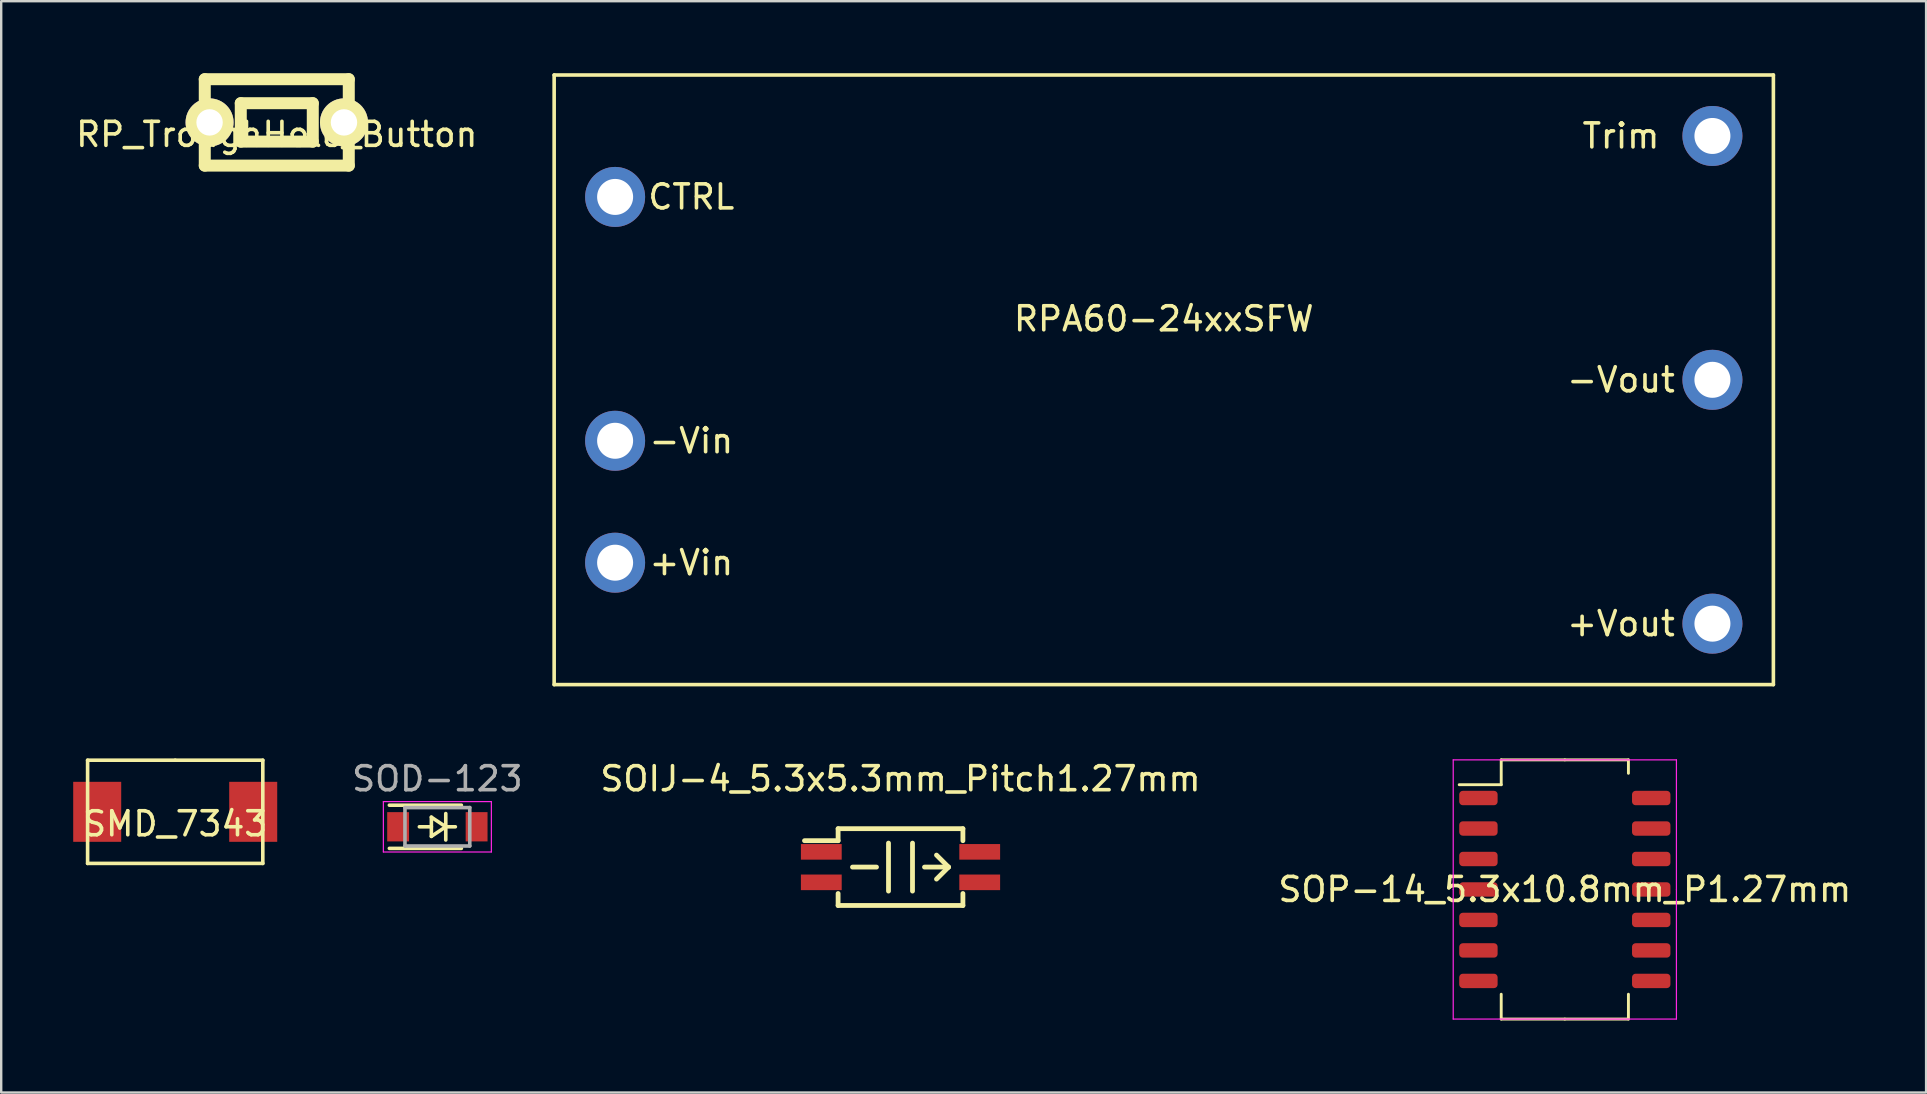
<source format=kicad_pcb>
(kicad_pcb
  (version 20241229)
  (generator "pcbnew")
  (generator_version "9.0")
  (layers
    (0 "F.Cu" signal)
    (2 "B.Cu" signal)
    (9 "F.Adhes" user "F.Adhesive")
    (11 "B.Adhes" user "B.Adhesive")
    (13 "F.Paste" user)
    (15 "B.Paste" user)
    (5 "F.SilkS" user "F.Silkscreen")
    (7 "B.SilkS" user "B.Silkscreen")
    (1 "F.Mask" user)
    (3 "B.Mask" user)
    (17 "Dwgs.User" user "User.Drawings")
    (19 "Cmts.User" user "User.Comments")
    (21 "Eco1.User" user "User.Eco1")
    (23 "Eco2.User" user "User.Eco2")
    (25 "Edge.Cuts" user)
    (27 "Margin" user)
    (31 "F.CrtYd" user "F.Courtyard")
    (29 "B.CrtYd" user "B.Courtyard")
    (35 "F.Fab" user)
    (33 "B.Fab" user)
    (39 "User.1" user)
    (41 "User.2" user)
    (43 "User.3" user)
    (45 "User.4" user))
  (footprint "SOP-14_5.3x10.8mm_P1.27mm"
    (layer "F.Cu")
    (at 62.149 34.01)
    (property "Reference" "SOP-14_5.3x10.8mm_P1.27mm" (at 0 0 0) (layer "F.SilkS") (effects (font (size 1 1) (thickness 0.15))))
    (attr smd)
    (fp_line (start -2.65 -5.4) (end -2.65 -4.365) (stroke (width 0.12) (type solid)) (layer "F.SilkS"))
    (fp_line (start -2.65 -4.365) (end -4.4 -4.365) (stroke (width 0.12) (type solid)) (layer "F.SilkS"))
    (fp_line (start -2.65 5.4) (end -2.65 4.365) (stroke (width 0.12) (type solid)) (layer "F.SilkS"))
    (fp_line (start 0 -5.4) (end -2.65 -5.4) (stroke (width 0.12) (type solid)) (layer "F.SilkS"))
    (fp_line (start 0 -5.4) (end 2.65 -5.4) (stroke (width 0.12) (type solid)) (layer "F.SilkS"))
    (fp_line (start 0 5.4) (end -2.65 5.4) (stroke (width 0.12) (type solid)) (layer "F.SilkS"))
    (fp_line (start 0 5.4) (end 2.65 5.4) (stroke (width 0.12) (type solid)) (layer "F.SilkS"))
    (fp_line (start 2.65 -5.4) (end 2.65 -4.84) (stroke (width 0.12) (type solid)) (layer "F.SilkS"))
    (fp_line (start 2.65 5.4) (end 2.65 4.365) (stroke (width 0.12) (type solid)) (layer "F.SilkS"))
    (fp_line (start -4.65 -5.4) (end -4.65 0) (stroke (width 0.05) (type solid)) (layer "F.CrtYd"))
    (fp_line (start -4.65 0) (end -4.65 5.4) (stroke (width 0.05) (type solid)) (layer "F.CrtYd"))
    (fp_line (start -4.65 5.4) (end 4.65 5.4) (stroke (width 0.05) (type solid)) (layer "F.CrtYd"))
    (fp_line (start 4.65 -5.4) (end -4.65 -5.4) (stroke (width 0.05) (type solid)) (layer "F.CrtYd"))
    (fp_line (start 4.65 0) (end 4.65 -5.4) (stroke (width 0.05) (type solid)) (layer "F.CrtYd"))
    (fp_line (start 4.65 0) (end 4.65 5.4) (stroke (width 0.05) (type solid)) (layer "F.CrtYd"))
    (pad "1" smd roundrect (at -3.6 -3.81) (size 1.6 0.6) (layers "F.Cu" "F.Mask" "F.Paste") (roundrect_rratio 0.25))
    (pad "2" smd roundrect (at -3.6 -2.54) (size 1.6 0.6) (layers "F.Cu" "F.Mask" "F.Paste") (roundrect_rratio 0.25))
    (pad "3" smd roundrect (at -3.6 -1.27) (size 1.6 0.6) (layers "F.Cu" "F.Mask" "F.Paste") (roundrect_rratio 0.25))
    (pad "4" smd roundrect (at -3.6 0) (size 1.6 0.6) (layers "F.Cu" "F.Mask" "F.Paste") (roundrect_rratio 0.25))
    (pad "5" smd roundrect (at -3.6 1.27) (size 1.6 0.6) (layers "F.Cu" "F.Mask" "F.Paste") (roundrect_rratio 0.25))
    (pad "6" smd roundrect (at -3.6 2.54) (size 1.6 0.6) (layers "F.Cu" "F.Mask" "F.Paste") (roundrect_rratio 0.25))
    (pad "7" smd roundrect (at -3.6 3.81) (size 1.6 0.6) (layers "F.Cu" "F.Mask" "F.Paste") (roundrect_rratio 0.25))
    (pad "8" smd roundrect (at 3.6 3.81) (size 1.6 0.6) (layers "F.Cu" "F.Mask" "F.Paste") (roundrect_rratio 0.25))
    (pad "9" smd roundrect (at 3.6 2.54) (size 1.6 0.6) (layers "F.Cu" "F.Mask" "F.Paste") (roundrect_rratio 0.25))
    (pad "10" smd roundrect (at 3.6 1.27) (size 1.6 0.6) (layers "F.Cu" "F.Mask" "F.Paste") (roundrect_rratio 0.25))
    (pad "11" smd roundrect (at 3.6 0) (size 1.6 0.6) (layers "F.Cu" "F.Mask" "F.Paste") (roundrect_rratio 0.25))
    (pad "12" smd roundrect (at 3.6 -1.27) (size 1.6 0.6) (layers "F.Cu" "F.Mask" "F.Paste") (roundrect_rratio 0.25))
    (pad "13" smd roundrect (at 3.6 -2.54) (size 1.6 0.6) (layers "F.Cu" "F.Mask" "F.Paste") (roundrect_rratio 0.25))
    (pad "14" smd roundrect (at 3.6 -3.81) (size 1.6 0.6) (layers "F.Cu" "F.Mask" "F.Paste") (roundrect_rratio 0.25)))
  (footprint "RP_TroughHole_Button"
    (layer "F.Cu")
    (at 8.482 2.05)
    (property "Reference" "RP_TroughHole_Button" (at 0 0.5 0) (layer "F.SilkS") (effects (font (size 1 1) (thickness 0.15))))
    (attr through_hole)
    (fp_line (start -3 -1.8) (end -3 1.8) (stroke (width 0.5) (type solid)) (layer "F.SilkS"))
    (fp_line (start -3 1.8) (end 3 1.8) (stroke (width 0.5) (type solid)) (layer "F.SilkS"))
    (fp_line (start -1.5 -0.8) (end -1.5 0.8) (stroke (width 0.5) (type solid)) (layer "F.SilkS"))
    (fp_line (start -1.5 0.8) (end 1.5 0.8) (stroke (width 0.5) (type solid)) (layer "F.SilkS"))
    (fp_line (start 1.5 -0.8) (end -1.5 -0.8) (stroke (width 0.5) (type solid)) (layer "F.SilkS"))
    (fp_line (start 1.5 0.8) (end 1.5 -0.8) (stroke (width 0.5) (type solid)) (layer "F.SilkS"))
    (fp_line (start 3 -1.8) (end -3 -1.8) (stroke (width 0.5) (type solid)) (layer "F.SilkS"))
    (fp_line (start 3 1.8) (end 3 -1.8) (stroke (width 0.5) (type solid)) (layer "F.SilkS"))
    (pad "1" thru_hole circle (at 2.8 0) (size 2 2) (drill 1.1) (layers "*.Cu" "*.Mask" "F.SilkS"))
    (pad "2" thru_hole circle (at -2.8 0) (size 2 2) (drill 1.1) (layers "*.Cu" "*.Mask" "F.SilkS")))
  (footprint "SMD_7343"
    (layer "F.Cu")
    (at 4.25 30.775)
    (property "Reference" "SMD_7343" (at 0 0.5 0) (layer "F.SilkS") (effects (font (size 1 1) (thickness 0.15))))
    (attr through_hole)
    (fp_line (start -3.65 -2.15) (end 0 -2.15) (stroke (width 0.15) (type solid)) (layer "F.SilkS"))
    (fp_line (start -3.65 0) (end -3.65 -2.15) (stroke (width 0.15) (type solid)) (layer "F.SilkS"))
    (fp_line (start -3.65 2.15) (end -3.65 0) (stroke (width 0.15) (type solid)) (layer "F.SilkS"))
    (fp_line (start 0 -2.15) (end 3.65 -2.15) (stroke (width 0.15) (type solid)) (layer "F.SilkS"))
    (fp_line (start 3.65 -2.15) (end 3.65 2.15) (stroke (width 0.15) (type solid)) (layer "F.SilkS"))
    (fp_line (start 3.65 2.15) (end -3.65 2.15) (stroke (width 0.15) (type solid)) (layer "F.SilkS"))
    (pad "1" smd rect (at 3.25 0) (size 2 2.5) (layers "F.Cu" "F.Mask" "F.Paste"))
    (pad "2" smd rect (at -3.25 0) (size 2 2.5) (layers "F.Cu" "F.Mask" "F.Paste")))
  (footprint "RPA60-24xxSFW"
    (layer "F.Cu")
    (at 45.439 12.775)
    (property "Reference" "RPA60-24xxSFW" (at 0 -2.54 0) (layer "F.SilkS") (effects (font (size 1 1) (thickness 0.15))))
    (attr through_hole)
    (fp_line (start -25.4 -12.7) (end 25.4 -12.7) (stroke (width 0.15) (type solid)) (layer "F.SilkS"))
    (fp_line (start -25.4 12.7) (end -25.4 -12.7) (stroke (width 0.15) (type solid)) (layer "F.SilkS"))
    (fp_line (start 25.4 -12.7) (end 25.4 12.7) (stroke (width 0.15) (type solid)) (layer "F.SilkS"))
    (fp_line (start 25.4 12.7) (end -25.4 12.7) (stroke (width 0.15) (type solid)) (layer "F.SilkS"))
    (fp_text user "Trim" (at 19.05 -10.16 0) (layer "F.SilkS") (effects (font (size 1 1) (thickness 0.15))))
    (fp_text user "CTRL" (at -19.685 -7.62 0) (layer "F.SilkS") (effects (font (size 1 1) (thickness 0.15))))
    (fp_text user "-Vout" (at 19.05 0 0) (layer "F.SilkS") (effects (font (size 1 1) (thickness 0.15))))
    (fp_text user "+Vout" (at 19.05 10.16 0) (layer "F.SilkS") (effects (font (size 1 1) (thickness 0.15))))
    (fp_text user "+Vin" (at -19.685 7.62 0) (layer "F.SilkS") (effects (font (size 1 1) (thickness 0.15))))
    (fp_text user "-Vin" (at -19.685 2.54 0) (layer "F.SilkS") (effects (font (size 1 1) (thickness 0.15))))
    (pad "1" thru_hole circle (at -22.86 7.62) (size 2.5 2.5) (drill 1.5) (layers "*.Cu" "*.Mask"))
    (pad "2" thru_hole circle (at -22.86 2.54) (size 2.5 2.5) (drill 1.5) (layers "*.Cu" "*.Mask"))
    (pad "3" thru_hole circle (at -22.86 -7.62) (size 2.5 2.5) (drill 1.5) (layers "*.Cu" "*.Mask"))
    (pad "4" thru_hole circle (at 22.86 -10.16) (size 2.5 2.5) (drill 1.5) (layers "*.Cu" "*.Mask"))
    (pad "5" thru_hole circle (at 22.86 0) (size 2.5 2.5) (drill 1.5) (layers "*.Cu" "*.Mask"))
    (pad "6" thru_hole circle (at 22.86 10.16) (size 2.5 2.5) (drill 1.5) (layers "*.Cu" "*.Mask")))
  (footprint "SOD-123"
    (layer "F.Cu")
    (at 15.173 31.398)
    (property "Reference" "SOD-123" (at 0 -2 0) (layer "F.Fab") (effects (font (size 1 1) (thickness 0.15))))
    (attr smd)
    (fp_line (start -2 -0.9) (end 1 -0.9) (stroke (width 0.15) (type solid)) (layer "F.SilkS"))
    (fp_line (start -2 0.9) (end 1 0.9) (stroke (width 0.15) (type solid)) (layer "F.SilkS"))
    (fp_line (start -0.25 -0.4) (end -0.25 0.4) (stroke (width 0.15) (type solid)) (layer "F.SilkS"))
    (fp_line (start -0.25 0) (end -0.75 0) (stroke (width 0.15) (type solid)) (layer "F.SilkS"))
    (fp_line (start -0.25 0.4) (end 0.35 0) (stroke (width 0.15) (type solid)) (layer "F.SilkS"))
    (fp_line (start 0.35 0) (end -0.25 -0.4) (stroke (width 0.15) (type solid)) (layer "F.SilkS"))
    (fp_line (start 0.35 0) (end 0.35 -0.55) (stroke (width 0.15) (type solid)) (layer "F.SilkS"))
    (fp_line (start 0.35 0) (end 0.35 0.55) (stroke (width 0.15) (type solid)) (layer "F.SilkS"))
    (fp_line (start 0.75 0) (end 0.35 0) (stroke (width 0.15) (type solid)) (layer "F.SilkS"))
    (fp_line (start -2.25 -1.05) (end -2.25 1.05) (stroke (width 0.05) (type solid)) (layer "F.CrtYd"))
    (fp_line (start -2.25 -1.05) (end 2.25 -1.05) (stroke (width 0.05) (type solid)) (layer "F.CrtYd"))
    (fp_line (start 2.25 -1.05) (end 2.25 1.05) (stroke (width 0.05) (type solid)) (layer "F.CrtYd"))
    (fp_line (start 2.25 1.05) (end -2.25 1.05) (stroke (width 0.05) (type solid)) (layer "F.CrtYd"))
    (fp_line (start -1.35 -0.8) (end 1.35 -0.8) (stroke (width 0.15) (type solid)) (layer "F.Fab"))
    (fp_line (start -1.35 0.8) (end -1.35 -0.8) (stroke (width 0.15) (type solid)) (layer "F.Fab"))
    (fp_line (start 1.35 -0.8) (end 1.35 0.8) (stroke (width 0.15) (type solid)) (layer "F.Fab"))
    (fp_line (start 1.35 0.8) (end -1.35 0.8) (stroke (width 0.15) (type solid)) (layer "F.Fab"))
    (pad "1" smd rect (at -1.635 0) (size 0.91 1.22) (layers "F.Cu" "F.Mask" "F.Paste"))
    (pad "2" smd rect (at 1.635 0) (size 0.91 1.22) (layers "F.Cu" "F.Mask" "F.Paste")))
  (footprint "SOIJ-4_5.3x5.3mm_Pitch1.27mm"
    (layer "F.Cu")
    (at 34.47 33.078)
    (property "Reference" "SOIJ-4_5.3x5.3mm_Pitch1.27mm" (at 0 -3.68 0) (layer "F.SilkS") (effects (font (size 1 1) (thickness 0.15))))
    (attr smd)
    (fp_line (start -2.6 -1.6) (end 2.6 -1.6) (stroke (width 0.2) (type solid)) (layer "F.SilkS"))
    (fp_line (start -2.6 -1.1) (end -4 -1.1) (stroke (width 0.2) (type solid)) (layer "F.SilkS"))
    (fp_line (start -2.6 -1.1) (end -2.6 -1.6) (stroke (width 0.2) (type solid)) (layer "F.SilkS"))
    (fp_line (start -2.6 1.1) (end -2.6 1.6) (stroke (width 0.2) (type solid)) (layer "F.SilkS"))
    (fp_line (start -2.6 1.6) (end 2.6 1.6) (stroke (width 0.2) (type solid)) (layer "F.SilkS"))
    (fp_line (start -1 0) (end -2 0) (stroke (width 0.2) (type solid)) (layer "F.SilkS"))
    (fp_line (start -0.5 -1) (end -0.5 1) (stroke (width 0.2) (type solid)) (layer "F.SilkS"))
    (fp_line (start 0.5 -1) (end 0.5 1) (stroke (width 0.2) (type solid)) (layer "F.SilkS"))
    (fp_line (start 1 0) (end 2 0) (stroke (width 0.2) (type solid)) (layer "F.SilkS"))
    (fp_line (start 2 0) (end 1.5 -0.5) (stroke (width 0.2) (type solid)) (layer "F.SilkS"))
    (fp_line (start 2 0) (end 1.5 0.5) (stroke (width 0.2) (type solid)) (layer "F.SilkS"))
    (fp_line (start 2.6 -1.6) (end 2.6 -1.1) (stroke (width 0.2) (type solid)) (layer "F.SilkS"))
    (fp_line (start 2.6 1.6) (end 2.6 1.1) (stroke (width 0.2) (type solid)) (layer "F.SilkS"))
    (pad "1" smd rect (at -3.3 -0.635) (size 1.7 0.65) (layers "F.Cu" "F.Mask" "F.Paste"))
    (pad "2" smd rect (at -3.3 0.635) (size 1.7 0.65) (layers "F.Cu" "F.Mask" "F.Paste"))
    (pad "3" smd rect (at 3.3 0.635) (size 1.7 0.65) (layers "F.Cu" "F.Mask" "F.Paste"))
    (pad "4" smd rect (at 3.3 -0.635) (size 1.7 0.65) (layers "F.Cu" "F.Mask" "F.Paste")))
  (gr_rect
    (start -3 -3)
    (end 77.202 42.47)
    (stroke (width 0.1) (type default))
    (fill no)
    (layer "Edge.Cuts")))
</source>
